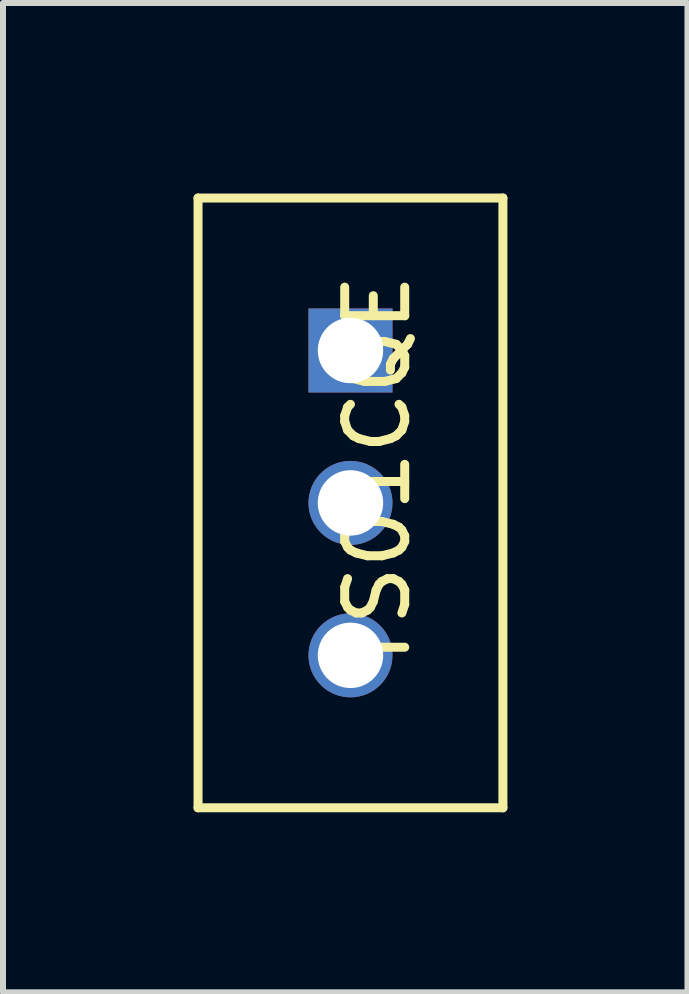
<source format=kicad_pcb>
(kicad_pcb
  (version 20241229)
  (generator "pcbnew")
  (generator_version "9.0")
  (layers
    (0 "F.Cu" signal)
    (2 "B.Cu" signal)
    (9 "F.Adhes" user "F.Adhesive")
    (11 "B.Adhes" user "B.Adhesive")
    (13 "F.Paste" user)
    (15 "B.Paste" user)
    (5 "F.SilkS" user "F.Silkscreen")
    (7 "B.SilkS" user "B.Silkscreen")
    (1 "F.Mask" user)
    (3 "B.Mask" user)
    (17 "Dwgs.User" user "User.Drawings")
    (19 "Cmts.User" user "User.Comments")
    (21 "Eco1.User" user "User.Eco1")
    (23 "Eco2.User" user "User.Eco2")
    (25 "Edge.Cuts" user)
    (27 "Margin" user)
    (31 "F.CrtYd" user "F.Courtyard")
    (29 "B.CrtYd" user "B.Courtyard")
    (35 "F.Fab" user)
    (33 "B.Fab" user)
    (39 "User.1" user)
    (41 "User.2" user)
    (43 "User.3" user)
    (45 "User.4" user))
  (footprint "TS01CQE"
    (layer "F.Cu")
    (at 0.25 0.25)
    (property "Reference" "TS01CQE" (at 2.989 4.58 90) (layer "F.SilkS") (effects (font (size 1 1) (thickness 0.15))))
    (attr through_hole)
    (fp_line (start 0 0) (end 5.08 0) (stroke (width 0.15) (type solid)) (layer "F.SilkS"))
    (fp_line (start 0 10.16) (end 0 0) (stroke (width 0.15) (type solid)) (layer "F.SilkS"))
    (fp_line (start 5.08 0) (end 5.08 10.16) (stroke (width 0.15) (type solid)) (layer "F.SilkS"))
    (fp_line (start 5.08 10.16) (end 0 10.16) (stroke (width 0.15) (type solid)) (layer "F.SilkS"))
    (pad "1" thru_hole rect (at 2.54 2.54) (size 1.4 1.4) (drill 1.09) (layers "*.Cu" "*.Mask"))
    (pad "2" thru_hole circle (at 2.54 5.08) (size 1.4 1.4) (drill 1.09) (layers "*.Cu" "*.Mask"))
    (pad "3" thru_hole circle (at 2.54 7.62) (size 1.4 1.4) (drill 1.09) (layers "*.Cu" "*.Mask")))
  (gr_rect
    (start -3 -3)
    (end 8.405 13.485)
    (stroke (width 0.1) (type default))
    (fill no)
    (layer "Edge.Cuts")))
</source>
